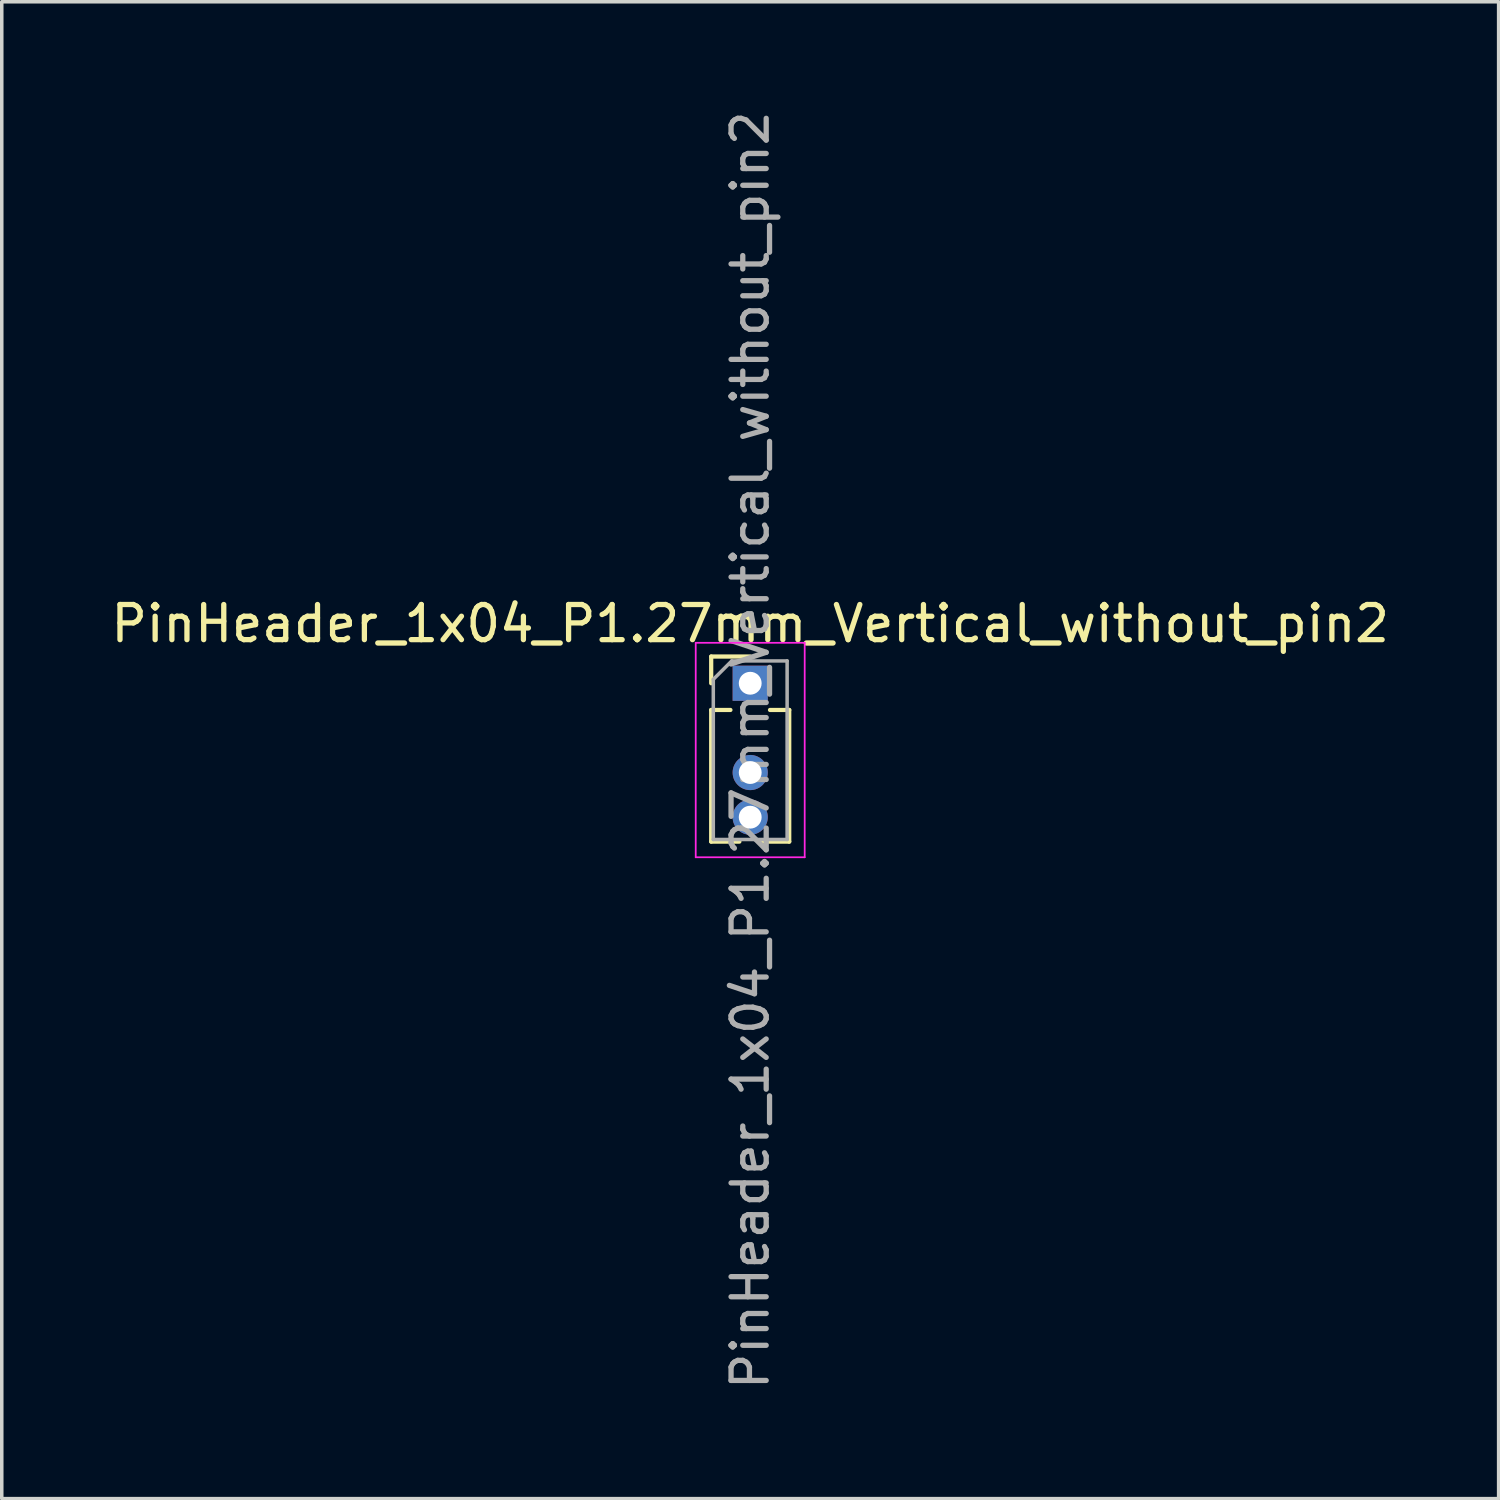
<source format=kicad_pcb>
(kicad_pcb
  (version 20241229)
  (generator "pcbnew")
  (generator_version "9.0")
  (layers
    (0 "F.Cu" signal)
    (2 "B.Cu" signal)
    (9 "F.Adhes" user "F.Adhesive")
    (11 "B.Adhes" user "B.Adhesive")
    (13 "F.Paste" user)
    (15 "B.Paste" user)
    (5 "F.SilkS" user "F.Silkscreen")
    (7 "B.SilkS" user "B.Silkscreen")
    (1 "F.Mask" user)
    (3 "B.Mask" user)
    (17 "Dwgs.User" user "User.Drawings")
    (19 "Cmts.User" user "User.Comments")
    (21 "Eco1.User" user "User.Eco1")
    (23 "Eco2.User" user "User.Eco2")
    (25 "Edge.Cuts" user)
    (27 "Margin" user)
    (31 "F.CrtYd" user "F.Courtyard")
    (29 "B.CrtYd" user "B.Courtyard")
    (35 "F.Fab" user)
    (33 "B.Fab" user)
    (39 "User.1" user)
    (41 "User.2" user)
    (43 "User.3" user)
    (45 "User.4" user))
  (footprint "PinHeader_1x04_P1.27mm_Vertical_without_pin2"
    (layer "F.Cu")
    (at 18.292 16.387)
    (property "Reference" "PinHeader_1x04_P1.27mm_Vertical_without_pin2" (at 0 -1.695 0) (layer "F.SilkS") (effects (font (size 1 1) (thickness 0.15))))
    (attr through_hole)
    (fp_line (start -1.11 -0.76) (end 0 -0.76) (stroke (width 0.12) (type solid)) (layer "F.SilkS"))
    (fp_line (start -1.11 0) (end -1.11 -0.76) (stroke (width 0.12) (type solid)) (layer "F.SilkS"))
    (fp_line (start -1.11 0.76) (end -1.11 4.505) (stroke (width 0.12) (type solid)) (layer "F.SilkS"))
    (fp_line (start -1.11 0.76) (end -0.563 0.76) (stroke (width 0.12) (type solid)) (layer "F.SilkS"))
    (fp_line (start -1.11 4.505) (end -0.308 4.505) (stroke (width 0.12) (type solid)) (layer "F.SilkS"))
    (fp_line (start 0.308 4.505) (end 1.11 4.505) (stroke (width 0.12) (type solid)) (layer "F.SilkS"))
    (fp_line (start 0.563 0.76) (end 1.11 0.76) (stroke (width 0.12) (type solid)) (layer "F.SilkS"))
    (fp_line (start 1.11 0.76) (end 1.11 4.505) (stroke (width 0.12) (type solid)) (layer "F.SilkS"))
    (fp_line (start -1.55 -1.15) (end -1.55 4.95) (stroke (width 0.05) (type solid)) (layer "F.CrtYd"))
    (fp_line (start -1.55 4.95) (end 1.55 4.95) (stroke (width 0.05) (type solid)) (layer "F.CrtYd"))
    (fp_line (start 1.55 -1.15) (end -1.55 -1.15) (stroke (width 0.05) (type solid)) (layer "F.CrtYd"))
    (fp_line (start 1.55 4.95) (end 1.55 -1.15) (stroke (width 0.05) (type solid)) (layer "F.CrtYd"))
    (fp_line (start -1.05 -0.11) (end -0.525 -0.635) (stroke (width 0.1) (type solid)) (layer "F.Fab"))
    (fp_line (start -1.05 4.445) (end -1.05 -0.11) (stroke (width 0.1) (type solid)) (layer "F.Fab"))
    (fp_line (start -0.525 -0.635) (end 1.05 -0.635) (stroke (width 0.1) (type solid)) (layer "F.Fab"))
    (fp_line (start 1.05 -0.635) (end 1.05 4.445) (stroke (width 0.1) (type solid)) (layer "F.Fab"))
    (fp_line (start 1.05 4.445) (end -1.05 4.445) (stroke (width 0.1) (type solid)) (layer "F.Fab"))
    (fp_text user "${REFERENCE}" (at 0 1.905 90) (layer "F.Fab") (effects (font (size 1 1) (thickness 0.15))))
    (pad "1" thru_hole rect (at 0 0) (size 1 1) (drill 0.65) (layers "*.Cu" "*.Mask"))
    (pad "3" thru_hole oval (at 0 2.54) (size 1 1) (drill 0.65) (layers "*.Cu" "*.Mask"))
    (pad "4" thru_hole oval (at 0 3.81) (size 1 1) (drill 0.65) (layers "*.Cu" "*.Mask")))
  (gr_rect
    (start -3 -3)
    (end 39.583 39.583)
    (stroke (width 0.1) (type default))
    (fill no)
    (layer "Edge.Cuts")))
</source>
